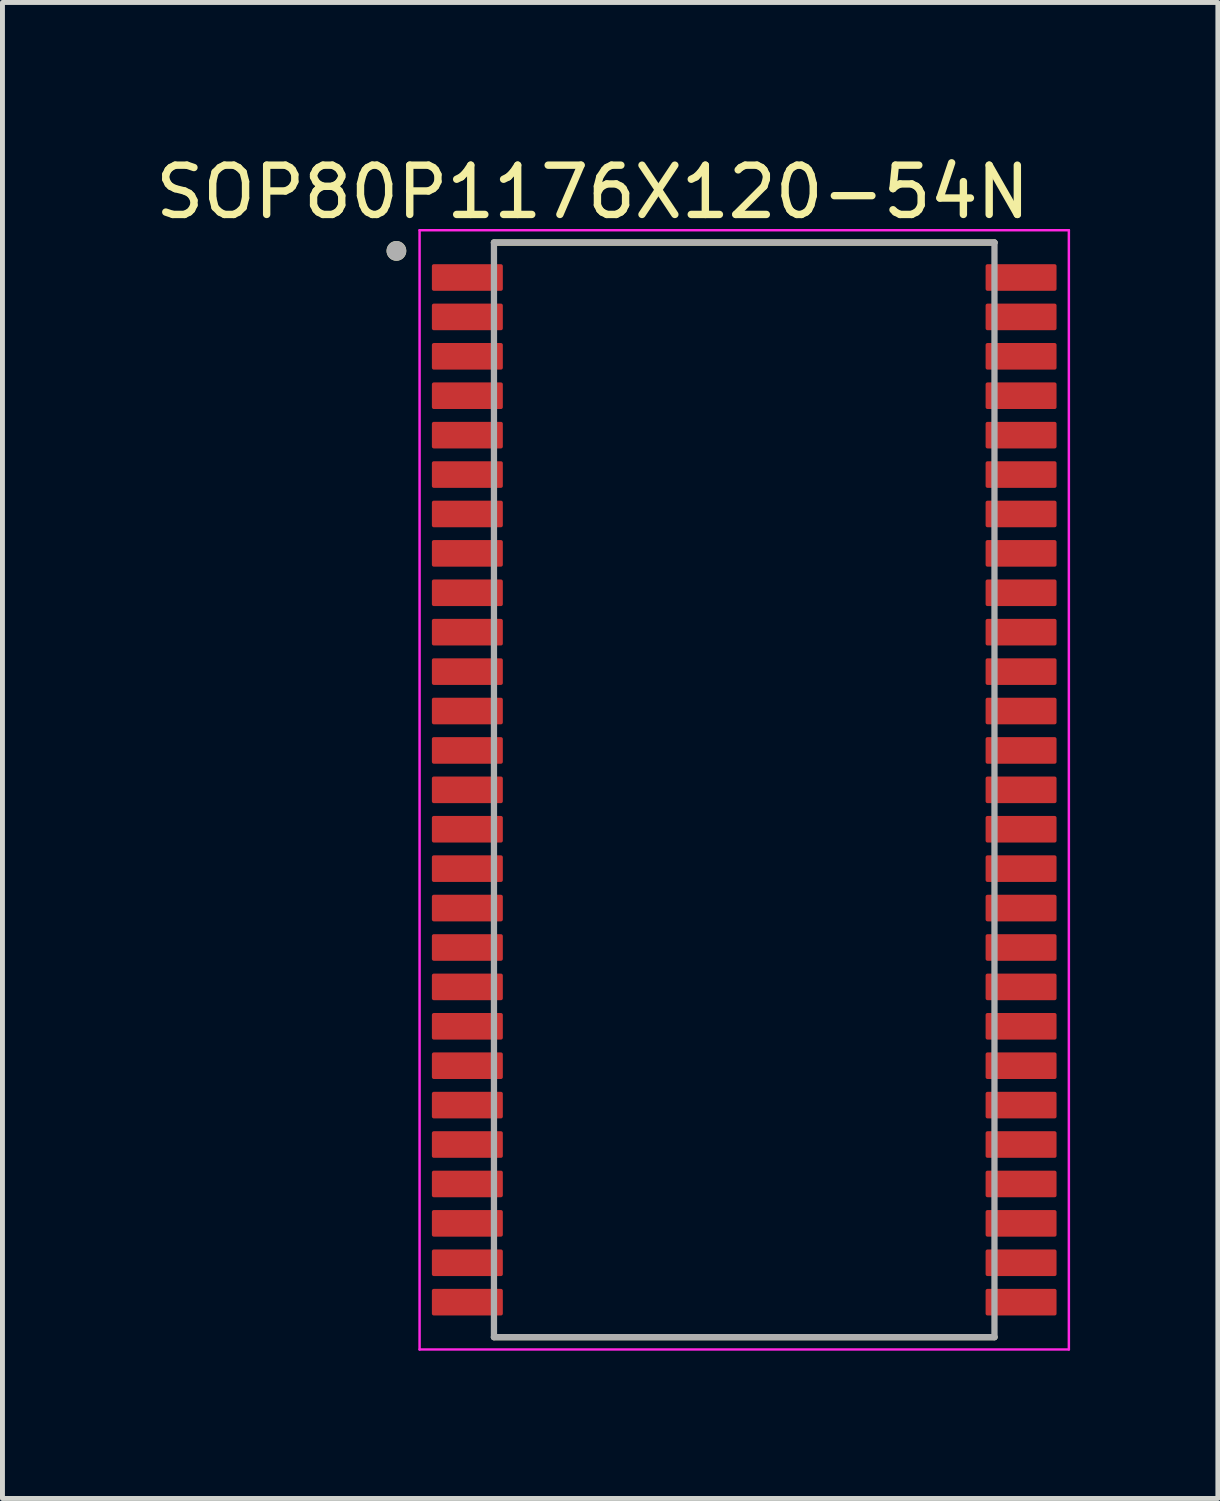
<source format=kicad_pcb>
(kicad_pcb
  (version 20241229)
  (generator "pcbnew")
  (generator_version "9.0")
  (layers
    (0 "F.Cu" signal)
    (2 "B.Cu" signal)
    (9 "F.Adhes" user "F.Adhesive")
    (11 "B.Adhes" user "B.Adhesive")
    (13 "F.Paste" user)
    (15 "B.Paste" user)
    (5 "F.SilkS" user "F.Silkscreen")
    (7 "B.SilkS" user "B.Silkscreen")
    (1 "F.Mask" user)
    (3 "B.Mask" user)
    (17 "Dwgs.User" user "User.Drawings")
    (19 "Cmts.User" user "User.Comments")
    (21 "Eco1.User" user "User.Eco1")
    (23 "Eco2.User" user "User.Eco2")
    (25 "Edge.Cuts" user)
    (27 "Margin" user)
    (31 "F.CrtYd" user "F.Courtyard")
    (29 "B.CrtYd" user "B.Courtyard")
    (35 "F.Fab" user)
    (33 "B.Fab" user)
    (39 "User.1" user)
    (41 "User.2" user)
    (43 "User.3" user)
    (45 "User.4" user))
  (footprint "SOP80P1176X120-54N"
    (layer "F.Cu")
    (at 12.057 12.983)
    (property "Reference" "SOP80P1176X120-54N" (at -3.075 -12.135 0) (layer "F.SilkS") (effects (font (size 1 1) (thickness 0.15))))
    (attr through_hole)
    (fp_line (start -5.08 -11.11) (end 5.08 -11.11) (stroke (width 0.127) (type solid)) (layer "F.SilkS"))
    (fp_line (start -5.08 11.11) (end 5.08 11.11) (stroke (width 0.127) (type solid)) (layer "F.SilkS"))
    (fp_circle (center -7.06 -10.94) (end -6.96 -10.94) (stroke (width 0.2) (type solid)) (fill no) (layer "F.SilkS"))
    (fp_line (start -6.59 -11.36) (end -6.59 11.36) (stroke (width 0.05) (type solid)) (layer "F.CrtYd"))
    (fp_line (start -6.59 -11.36) (end 6.59 -11.36) (stroke (width 0.05) (type solid)) (layer "F.CrtYd"))
    (fp_line (start -6.59 11.36) (end 6.59 11.36) (stroke (width 0.05) (type solid)) (layer "F.CrtYd"))
    (fp_line (start 6.59 -11.36) (end 6.59 11.36) (stroke (width 0.05) (type solid)) (layer "F.CrtYd"))
    (fp_line (start -5.08 -11.11) (end -5.08 11.11) (stroke (width 0.127) (type solid)) (layer "F.Fab"))
    (fp_line (start -5.08 -11.11) (end 5.08 -11.11) (stroke (width 0.127) (type solid)) (layer "F.Fab"))
    (fp_line (start -5.08 11.11) (end 5.08 11.11) (stroke (width 0.127) (type solid)) (layer "F.Fab"))
    (fp_line (start 5.08 -11.11) (end 5.08 11.11) (stroke (width 0.127) (type solid)) (layer "F.Fab"))
    (fp_circle (center -7.06 -10.94) (end -6.96 -10.94) (stroke (width 0.2) (type solid)) (fill no) (layer "F.Fab"))
    (pad "1" smd roundrect (at -5.62 -10.4) (size 1.44 0.54) (layers "F.Cu" "F.Mask" "F.Paste") (roundrect_rratio 0.07))
    (pad "2" smd roundrect (at -5.62 -9.6) (size 1.44 0.54) (layers "F.Cu" "F.Mask" "F.Paste") (roundrect_rratio 0.07))
    (pad "3" smd roundrect (at -5.62 -8.8) (size 1.44 0.54) (layers "F.Cu" "F.Mask" "F.Paste") (roundrect_rratio 0.07))
    (pad "4" smd roundrect (at -5.62 -8) (size 1.44 0.54) (layers "F.Cu" "F.Mask" "F.Paste") (roundrect_rratio 0.07))
    (pad "5" smd roundrect (at -5.62 -7.2) (size 1.44 0.54) (layers "F.Cu" "F.Mask" "F.Paste") (roundrect_rratio 0.07))
    (pad "6" smd roundrect (at -5.62 -6.4) (size 1.44 0.54) (layers "F.Cu" "F.Mask" "F.Paste") (roundrect_rratio 0.07))
    (pad "7" smd roundrect (at -5.62 -5.6) (size 1.44 0.54) (layers "F.Cu" "F.Mask" "F.Paste") (roundrect_rratio 0.07))
    (pad "8" smd roundrect (at -5.62 -4.8) (size 1.44 0.54) (layers "F.Cu" "F.Mask" "F.Paste") (roundrect_rratio 0.07))
    (pad "9" smd roundrect (at -5.62 -4) (size 1.44 0.54) (layers "F.Cu" "F.Mask" "F.Paste") (roundrect_rratio 0.07))
    (pad "10" smd roundrect (at -5.62 -3.2) (size 1.44 0.54) (layers "F.Cu" "F.Mask" "F.Paste") (roundrect_rratio 0.07))
    (pad "11" smd roundrect (at -5.62 -2.4) (size 1.44 0.54) (layers "F.Cu" "F.Mask" "F.Paste") (roundrect_rratio 0.07))
    (pad "12" smd roundrect (at -5.62 -1.6) (size 1.44 0.54) (layers "F.Cu" "F.Mask" "F.Paste") (roundrect_rratio 0.07))
    (pad "13" smd roundrect (at -5.62 -0.8) (size 1.44 0.54) (layers "F.Cu" "F.Mask" "F.Paste") (roundrect_rratio 0.07))
    (pad "14" smd roundrect (at -5.62 0) (size 1.44 0.54) (layers "F.Cu" "F.Mask" "F.Paste") (roundrect_rratio 0.07))
    (pad "15" smd roundrect (at -5.62 0.8) (size 1.44 0.54) (layers "F.Cu" "F.Mask" "F.Paste") (roundrect_rratio 0.07))
    (pad "16" smd roundrect (at -5.62 1.6) (size 1.44 0.54) (layers "F.Cu" "F.Mask" "F.Paste") (roundrect_rratio 0.07))
    (pad "17" smd roundrect (at -5.62 2.4) (size 1.44 0.54) (layers "F.Cu" "F.Mask" "F.Paste") (roundrect_rratio 0.07))
    (pad "18" smd roundrect (at -5.62 3.2) (size 1.44 0.54) (layers "F.Cu" "F.Mask" "F.Paste") (roundrect_rratio 0.07))
    (pad "19" smd roundrect (at -5.62 4) (size 1.44 0.54) (layers "F.Cu" "F.Mask" "F.Paste") (roundrect_rratio 0.07))
    (pad "20" smd roundrect (at -5.62 4.8) (size 1.44 0.54) (layers "F.Cu" "F.Mask" "F.Paste") (roundrect_rratio 0.07))
    (pad "21" smd roundrect (at -5.62 5.6) (size 1.44 0.54) (layers "F.Cu" "F.Mask" "F.Paste") (roundrect_rratio 0.07))
    (pad "22" smd roundrect (at -5.62 6.4) (size 1.44 0.54) (layers "F.Cu" "F.Mask" "F.Paste") (roundrect_rratio 0.07))
    (pad "23" smd roundrect (at -5.62 7.2) (size 1.44 0.54) (layers "F.Cu" "F.Mask" "F.Paste") (roundrect_rratio 0.07))
    (pad "24" smd roundrect (at -5.62 8) (size 1.44 0.54) (layers "F.Cu" "F.Mask" "F.Paste") (roundrect_rratio 0.07))
    (pad "25" smd roundrect (at -5.62 8.8) (size 1.44 0.54) (layers "F.Cu" "F.Mask" "F.Paste") (roundrect_rratio 0.07))
    (pad "26" smd roundrect (at -5.62 9.6) (size 1.44 0.54) (layers "F.Cu" "F.Mask" "F.Paste") (roundrect_rratio 0.07))
    (pad "27" smd roundrect (at -5.62 10.4) (size 1.44 0.54) (layers "F.Cu" "F.Mask" "F.Paste") (roundrect_rratio 0.07))
    (pad "28" smd roundrect (at 5.62 10.4) (size 1.44 0.54) (layers "F.Cu" "F.Mask" "F.Paste") (roundrect_rratio 0.07))
    (pad "29" smd roundrect (at 5.62 9.6) (size 1.44 0.54) (layers "F.Cu" "F.Mask" "F.Paste") (roundrect_rratio 0.07))
    (pad "30" smd roundrect (at 5.62 8.8) (size 1.44 0.54) (layers "F.Cu" "F.Mask" "F.Paste") (roundrect_rratio 0.07))
    (pad "31" smd roundrect (at 5.62 8) (size 1.44 0.54) (layers "F.Cu" "F.Mask" "F.Paste") (roundrect_rratio 0.07))
    (pad "32" smd roundrect (at 5.62 7.2) (size 1.44 0.54) (layers "F.Cu" "F.Mask" "F.Paste") (roundrect_rratio 0.07))
    (pad "33" smd roundrect (at 5.62 6.4) (size 1.44 0.54) (layers "F.Cu" "F.Mask" "F.Paste") (roundrect_rratio 0.07))
    (pad "34" smd roundrect (at 5.62 5.6) (size 1.44 0.54) (layers "F.Cu" "F.Mask" "F.Paste") (roundrect_rratio 0.07))
    (pad "35" smd roundrect (at 5.62 4.8) (size 1.44 0.54) (layers "F.Cu" "F.Mask" "F.Paste") (roundrect_rratio 0.07))
    (pad "36" smd roundrect (at 5.62 4) (size 1.44 0.54) (layers "F.Cu" "F.Mask" "F.Paste") (roundrect_rratio 0.07))
    (pad "37" smd roundrect (at 5.62 3.2) (size 1.44 0.54) (layers "F.Cu" "F.Mask" "F.Paste") (roundrect_rratio 0.07))
    (pad "38" smd roundrect (at 5.62 2.4) (size 1.44 0.54) (layers "F.Cu" "F.Mask" "F.Paste") (roundrect_rratio 0.07))
    (pad "39" smd roundrect (at 5.62 1.6) (size 1.44 0.54) (layers "F.Cu" "F.Mask" "F.Paste") (roundrect_rratio 0.07))
    (pad "40" smd roundrect (at 5.62 0.8) (size 1.44 0.54) (layers "F.Cu" "F.Mask" "F.Paste") (roundrect_rratio 0.07))
    (pad "41" smd roundrect (at 5.62 0) (size 1.44 0.54) (layers "F.Cu" "F.Mask" "F.Paste") (roundrect_rratio 0.07))
    (pad "42" smd roundrect (at 5.62 -0.8) (size 1.44 0.54) (layers "F.Cu" "F.Mask" "F.Paste") (roundrect_rratio 0.07))
    (pad "43" smd roundrect (at 5.62 -1.6) (size 1.44 0.54) (layers "F.Cu" "F.Mask" "F.Paste") (roundrect_rratio 0.07))
    (pad "44" smd roundrect (at 5.62 -2.4) (size 1.44 0.54) (layers "F.Cu" "F.Mask" "F.Paste") (roundrect_rratio 0.07))
    (pad "45" smd roundrect (at 5.62 -3.2) (size 1.44 0.54) (layers "F.Cu" "F.Mask" "F.Paste") (roundrect_rratio 0.07))
    (pad "46" smd roundrect (at 5.62 -4) (size 1.44 0.54) (layers "F.Cu" "F.Mask" "F.Paste") (roundrect_rratio 0.07))
    (pad "47" smd roundrect (at 5.62 -4.8) (size 1.44 0.54) (layers "F.Cu" "F.Mask" "F.Paste") (roundrect_rratio 0.07))
    (pad "48" smd roundrect (at 5.62 -5.6) (size 1.44 0.54) (layers "F.Cu" "F.Mask" "F.Paste") (roundrect_rratio 0.07))
    (pad "49" smd roundrect (at 5.62 -6.4) (size 1.44 0.54) (layers "F.Cu" "F.Mask" "F.Paste") (roundrect_rratio 0.07))
    (pad "50" smd roundrect (at 5.62 -7.2) (size 1.44 0.54) (layers "F.Cu" "F.Mask" "F.Paste") (roundrect_rratio 0.07))
    (pad "51" smd roundrect (at 5.62 -8) (size 1.44 0.54) (layers "F.Cu" "F.Mask" "F.Paste") (roundrect_rratio 0.07))
    (pad "52" smd roundrect (at 5.62 -8.8) (size 1.44 0.54) (layers "F.Cu" "F.Mask" "F.Paste") (roundrect_rratio 0.07))
    (pad "53" smd roundrect (at 5.62 -9.6) (size 1.44 0.54) (layers "F.Cu" "F.Mask" "F.Paste") (roundrect_rratio 0.07))
    (pad "54" smd roundrect (at 5.62 -10.4) (size 1.44 0.54) (layers "F.Cu" "F.Mask" "F.Paste") (roundrect_rratio 0.07)))
  (gr_rect
    (start -3 -3)
    (end 21.672 27.368)
    (stroke (width 0.1) (type default))
    (fill no)
    (layer "Edge.Cuts")))
</source>
